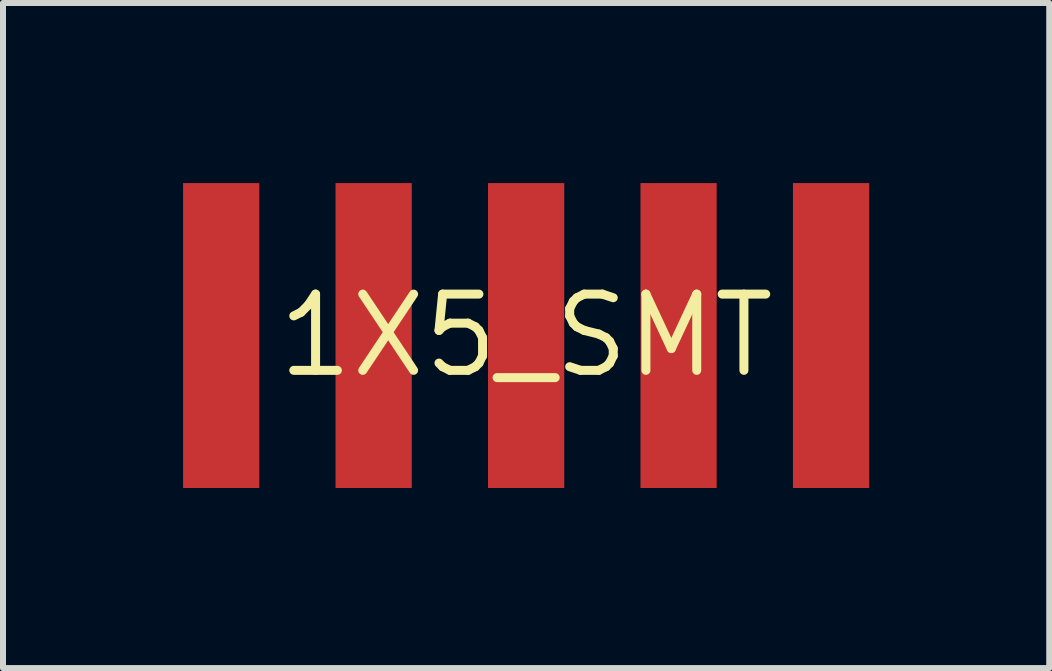
<source format=kicad_pcb>
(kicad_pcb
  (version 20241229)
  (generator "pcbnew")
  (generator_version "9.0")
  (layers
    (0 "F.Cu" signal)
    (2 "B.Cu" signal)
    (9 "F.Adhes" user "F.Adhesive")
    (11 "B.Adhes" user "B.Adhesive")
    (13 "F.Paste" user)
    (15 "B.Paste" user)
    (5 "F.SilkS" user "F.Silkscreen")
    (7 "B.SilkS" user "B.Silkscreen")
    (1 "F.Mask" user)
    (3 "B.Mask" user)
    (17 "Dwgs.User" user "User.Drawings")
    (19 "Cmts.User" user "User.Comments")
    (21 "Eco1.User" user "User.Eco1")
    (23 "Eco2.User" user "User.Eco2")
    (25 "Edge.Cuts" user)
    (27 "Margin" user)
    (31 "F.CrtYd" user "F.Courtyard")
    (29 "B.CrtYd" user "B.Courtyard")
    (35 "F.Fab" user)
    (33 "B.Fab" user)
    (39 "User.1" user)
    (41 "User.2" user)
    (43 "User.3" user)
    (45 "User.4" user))
  (footprint "1X5_SMT"
    (layer "F.Cu")
    (at 5.715 2.54)
    (property "Reference" "1X5_SMT" (at 0 0 0) (layer "F.SilkS") (effects (font (size 1.27 1.27) (thickness 0.15))))
    (attr through_hole)
    (pad "1" smd rect (at -5.08 0 90) (size 5.08 1.27) (layers "F.Cu" "F.Mask" "F.Paste"))
    (pad "2" smd rect (at -2.54 0 90) (size 5.08 1.27) (layers "F.Cu" "F.Mask" "F.Paste"))
    (pad "3" smd rect (at 0 0 90) (size 5.08 1.27) (layers "F.Cu" "F.Mask" "F.Paste"))
    (pad "4" smd rect (at 2.54 0 90) (size 5.08 1.27) (layers "F.Cu" "F.Mask" "F.Paste"))
    (pad "5" smd rect (at 5.08 0 90) (size 5.08 1.27) (layers "F.Cu" "F.Mask" "F.Paste")))
  (gr_rect
    (start -3 -3)
    (end 14.43 8.08)
    (stroke (width 0.1) (type default))
    (fill no)
    (layer "Edge.Cuts")))
</source>
